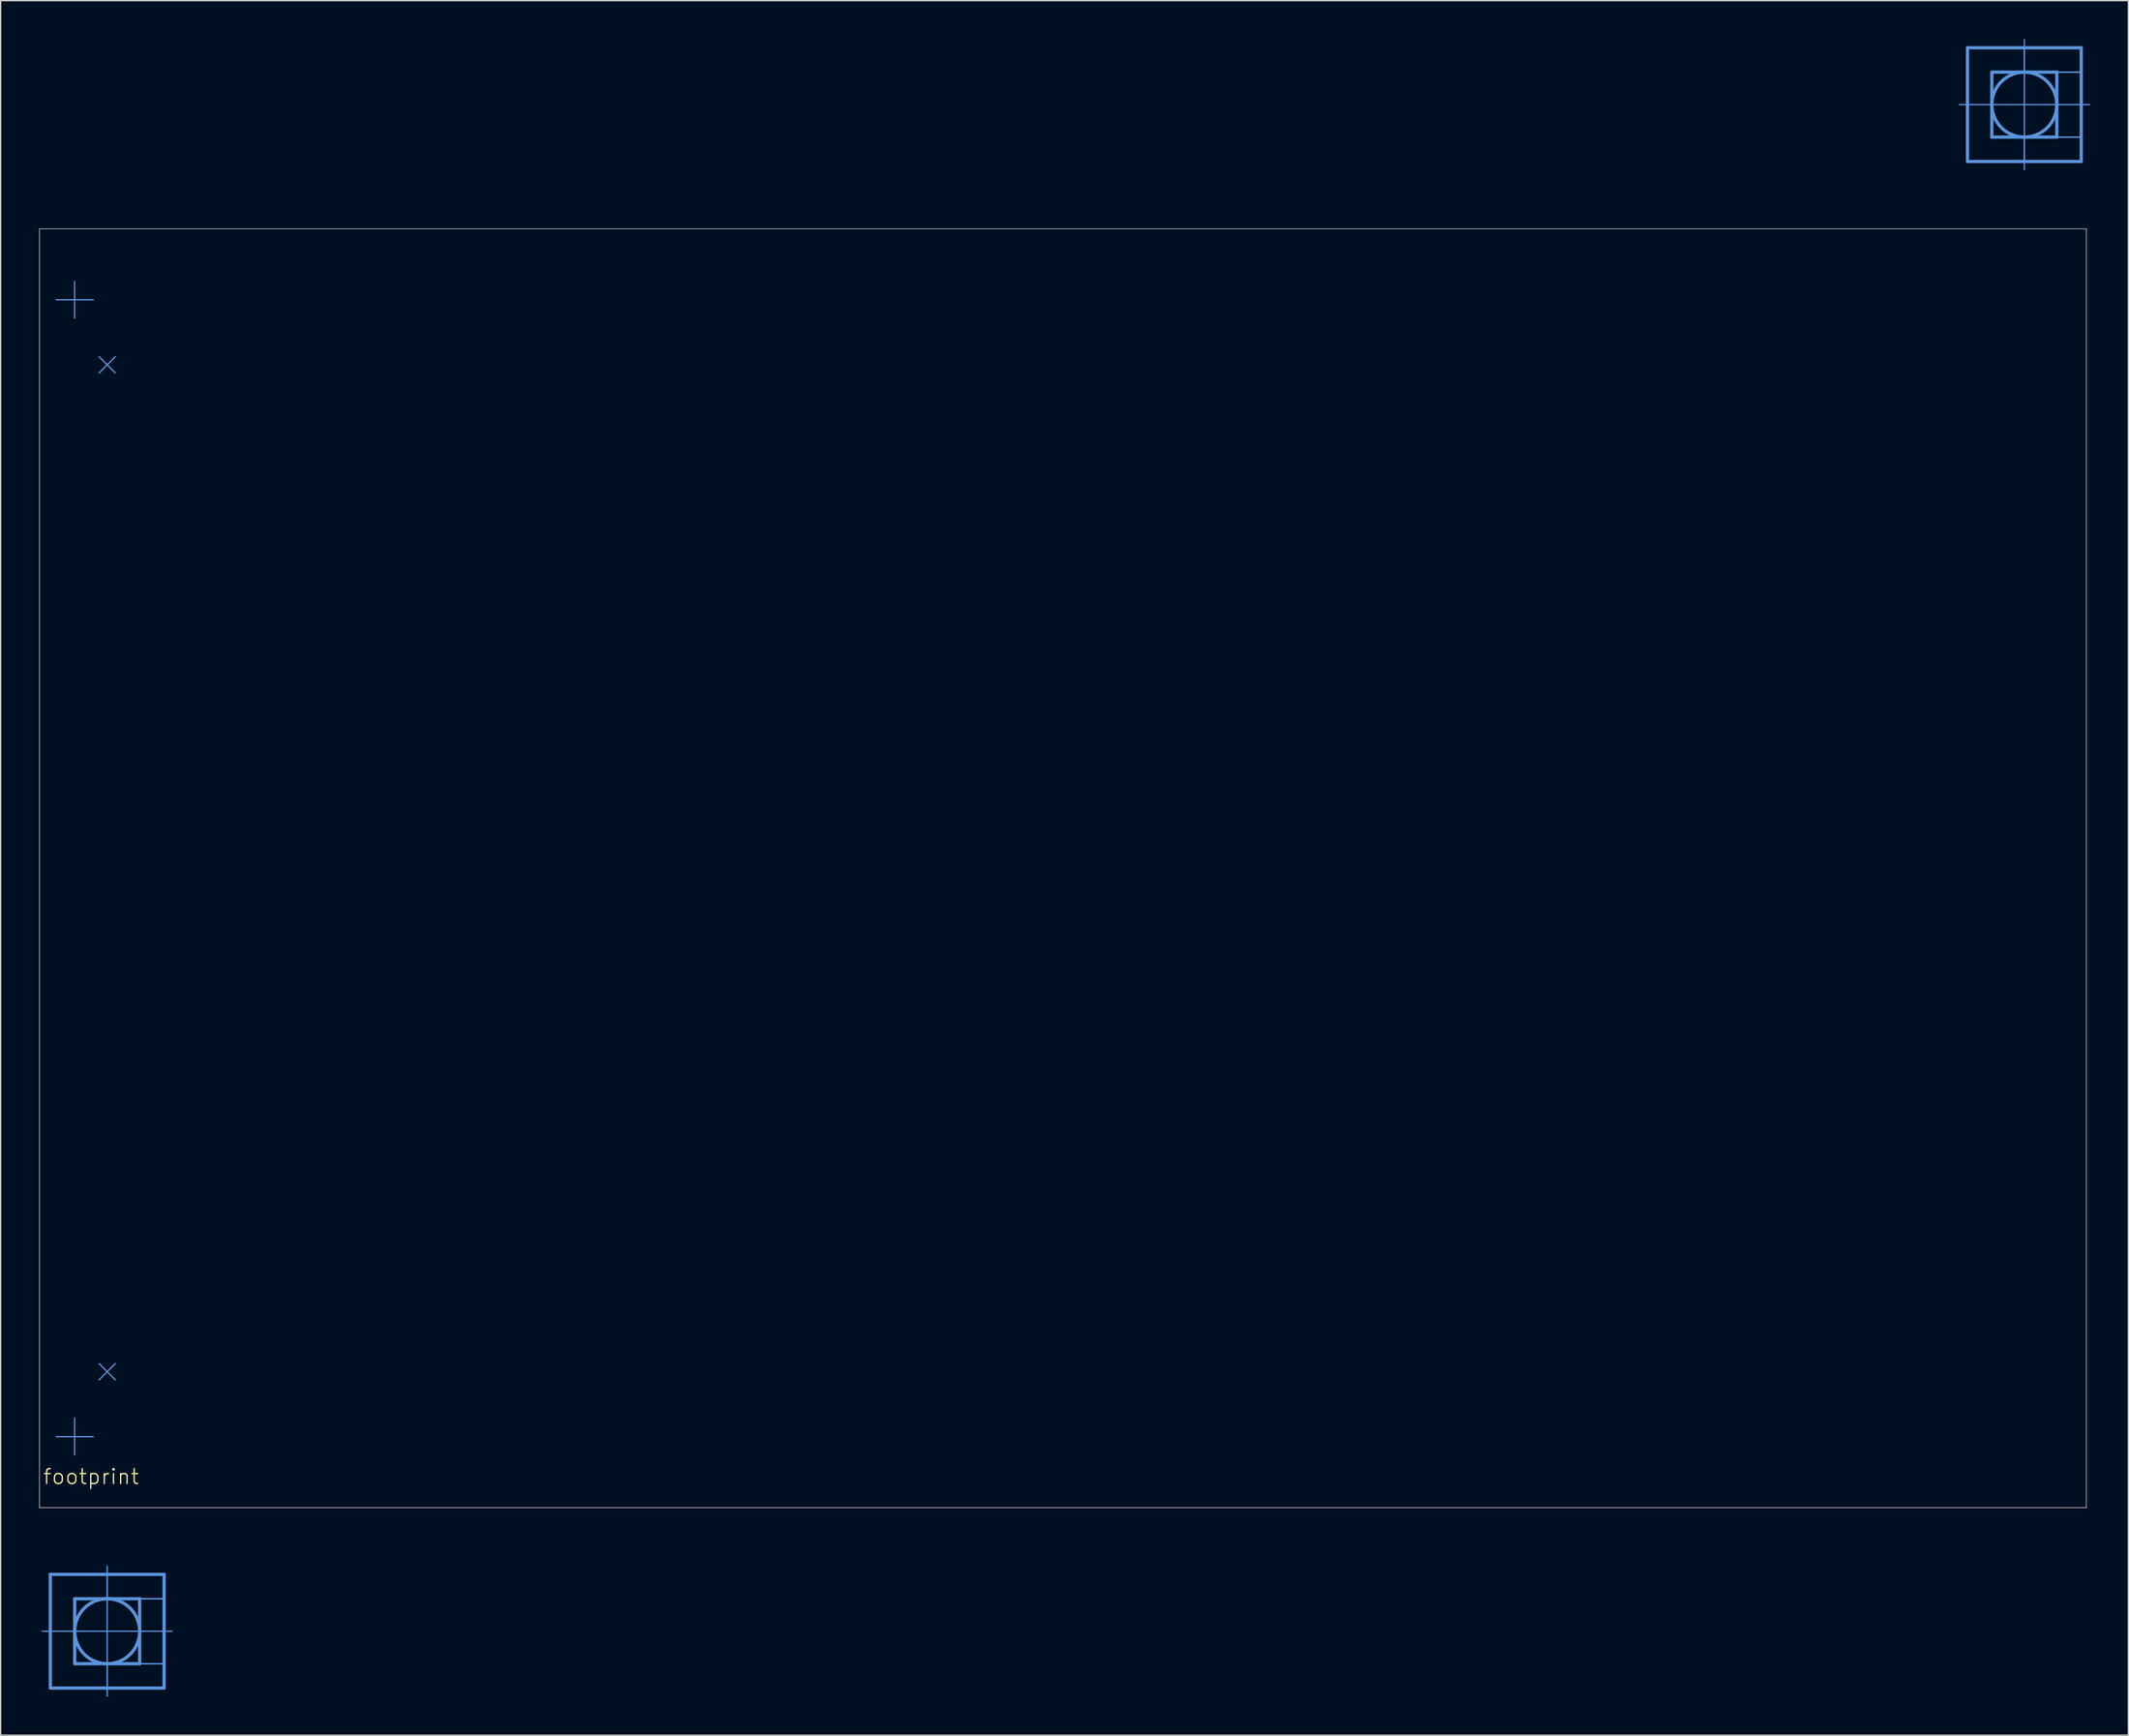
<source format=kicad_pcb>
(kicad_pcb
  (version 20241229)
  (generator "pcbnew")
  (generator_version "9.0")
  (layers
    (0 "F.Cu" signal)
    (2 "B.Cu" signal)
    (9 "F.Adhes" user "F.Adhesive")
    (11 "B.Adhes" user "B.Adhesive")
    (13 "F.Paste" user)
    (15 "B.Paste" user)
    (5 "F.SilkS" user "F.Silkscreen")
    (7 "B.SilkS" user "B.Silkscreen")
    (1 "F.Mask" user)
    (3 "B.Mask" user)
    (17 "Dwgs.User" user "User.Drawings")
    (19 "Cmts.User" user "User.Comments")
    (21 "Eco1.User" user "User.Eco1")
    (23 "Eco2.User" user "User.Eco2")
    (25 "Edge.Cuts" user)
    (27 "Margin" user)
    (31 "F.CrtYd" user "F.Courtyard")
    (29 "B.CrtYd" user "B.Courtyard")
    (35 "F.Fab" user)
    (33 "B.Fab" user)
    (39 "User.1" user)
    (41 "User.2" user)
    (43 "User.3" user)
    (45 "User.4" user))
  (footprint "footprint"
    (layer "F.Cu")
    (at 0.25 115.646)
    (property "Reference" "footprint" (at 0 -2.54 0) (layer "F.SilkS") (effects (font (size 1.168 1.168) (thickness 0.102)) (justify left bottom)))
    (fp_line (start 0 8.865) (end 0.635 8.865) (stroke (width 0.102) (type solid)) (layer "Cmts.User"))
    (fp_line (start 0.635 4.42) (end 9.525 4.42) (stroke (width 0.254) (type solid)) (layer "Cmts.User"))
    (fp_line (start 0.635 8.865) (end 0.635 4.42) (stroke (width 0.254) (type solid)) (layer "Cmts.User"))
    (fp_line (start 0.635 8.865) (end 10.16 8.865) (stroke (width 0.102) (type solid)) (layer "Cmts.User"))
    (fp_line (start 0.635 13.31) (end 0.635 8.865) (stroke (width 0.254) (type solid)) (layer "Cmts.User"))
    (fp_line (start 2.534 -95.25) (end 1.087 -95.25) (stroke (width 0.1) (type solid)) (layer "Cmts.User"))
    (fp_line (start 2.534 -95.25) (end 2.534 -96.697) (stroke (width 0.1) (type solid)) (layer "Cmts.User"))
    (fp_line (start 2.534 -95.25) (end 2.534 -93.814) (stroke (width 0.1) (type solid)) (layer "Cmts.User"))
    (fp_line (start 2.534 -95.25) (end 3.998 -95.25) (stroke (width 0.1) (type solid)) (layer "Cmts.User"))
    (fp_line (start 2.534 -6.35) (end 1.087 -6.35) (stroke (width 0.1) (type solid)) (layer "Cmts.User"))
    (fp_line (start 2.534 -6.35) (end 2.534 -7.814) (stroke (width 0.1) (type solid)) (layer "Cmts.User"))
    (fp_line (start 2.534 -6.35) (end 2.534 -4.914) (stroke (width 0.1) (type solid)) (layer "Cmts.User"))
    (fp_line (start 2.534 -6.35) (end 3.992 -6.35) (stroke (width 0.1) (type solid)) (layer "Cmts.User"))
    (fp_line (start 2.54 6.325) (end 2.54 11.405) (stroke (width 0.254) (type solid)) (layer "Cmts.User"))
    (fp_line (start 2.54 11.405) (end 7.62 11.405) (stroke (width 0.254) (type solid)) (layer "Cmts.User"))
    (fp_line (start 4.445 -90.805) (end 5.715 -89.535) (stroke (width 0.1) (type solid)) (layer "Cmts.User"))
    (fp_line (start 4.445 -89.535) (end 5.715 -90.805) (stroke (width 0.1) (type solid)) (layer "Cmts.User"))
    (fp_line (start 4.445 -12.065) (end 5.715 -10.795) (stroke (width 0.1) (type solid)) (layer "Cmts.User"))
    (fp_line (start 4.445 -10.795) (end 5.715 -12.065) (stroke (width 0.1) (type solid)) (layer "Cmts.User"))
    (fp_line (start 5.08 13.945) (end 5.08 3.785) (stroke (width 0.102) (type solid)) (layer "Cmts.User"))
    (fp_line (start 7.62 6.325) (end 2.54 6.325) (stroke (width 0.254) (type solid)) (layer "Cmts.User"))
    (fp_line (start 7.62 11.405) (end 7.62 6.325) (stroke (width 0.254) (type solid)) (layer "Cmts.User"))
    (fp_line (start 9.525 4.42) (end 9.525 13.31) (stroke (width 0.254) (type solid)) (layer "Cmts.User"))
    (fp_line (start 9.525 13.31) (end 0.635 13.31) (stroke (width 0.254) (type solid)) (layer "Cmts.User"))
    (fp_line (start 149.86 -110.515) (end 150.495 -110.515) (stroke (width 0.102) (type solid)) (layer "Cmts.User"))
    (fp_line (start 150.495 -114.96) (end 159.385 -114.96) (stroke (width 0.254) (type solid)) (layer "Cmts.User"))
    (fp_line (start 150.495 -110.515) (end 150.495 -114.96) (stroke (width 0.254) (type solid)) (layer "Cmts.User"))
    (fp_line (start 150.495 -110.515) (end 160.02 -110.515) (stroke (width 0.102) (type solid)) (layer "Cmts.User"))
    (fp_line (start 150.495 -106.07) (end 150.495 -110.515) (stroke (width 0.254) (type solid)) (layer "Cmts.User"))
    (fp_line (start 152.4 -113.055) (end 152.4 -107.975) (stroke (width 0.254) (type solid)) (layer "Cmts.User"))
    (fp_line (start 152.4 -107.975) (end 157.48 -107.975) (stroke (width 0.254) (type solid)) (layer "Cmts.User"))
    (fp_line (start 154.94 -105.435) (end 154.94 -115.595) (stroke (width 0.102) (type solid)) (layer "Cmts.User"))
    (fp_line (start 157.48 -113.055) (end 152.4 -113.055) (stroke (width 0.254) (type solid)) (layer "Cmts.User"))
    (fp_line (start 157.48 -107.975) (end 157.48 -113.055) (stroke (width 0.254) (type solid)) (layer "Cmts.User"))
    (fp_line (start 159.385 -114.96) (end 159.385 -106.07) (stroke (width 0.254) (type solid)) (layer "Cmts.User"))
    (fp_line (start 159.385 -106.07) (end 150.495 -106.07) (stroke (width 0.254) (type solid)) (layer "Cmts.User"))
    (fp_circle (center 2.534 -95.25) (end 3.931 -95.25) (stroke (width 0.001) (type solid)) (fill no) (layer "Cmts.User"))
    (fp_circle (center 2.534 -6.35) (end 3.931 -6.35) (stroke (width 0.001) (type solid)) (fill no) (layer "Cmts.User"))
    (fp_circle (center 5.08 8.865) (end 7.62 8.865) (stroke (width 0.254) (type solid)) (fill no) (layer "Cmts.User"))
    (fp_circle (center 154.94 -110.515) (end 157.48 -110.515) (stroke (width 0.254) (type solid)) (fill no) (layer "Cmts.User"))
    (fp_poly (pts (xy 5.08 6.325) (xy 9.525 6.325) (xy 9.525 4.42) (xy 5.08 4.42)) (stroke (width 0.1) (type solid)) (fill no) (layer "Cmts.User"))
    (fp_poly (pts (xy 5.08 13.31) (xy 9.525 13.31) (xy 9.525 11.405) (xy 5.08 11.405)) (stroke (width 0.1) (type solid)) (fill no) (layer "Cmts.User"))
    (fp_poly (pts (xy 7.62 11.405) (xy 9.525 11.405) (xy 9.525 6.325) (xy 7.62 6.325)) (stroke (width 0.1) (type solid)) (fill no) (layer "Cmts.User"))
    (fp_poly (pts (xy 154.94 -113.055) (xy 159.385 -113.055) (xy 159.385 -114.96) (xy 154.94 -114.96)) (stroke (width 0.1) (type solid)) (fill no) (layer "Cmts.User"))
    (fp_poly (pts (xy 154.94 -106.07) (xy 159.385 -106.07) (xy 159.385 -107.975) (xy 154.94 -107.975)) (stroke (width 0.1) (type solid)) (fill no) (layer "Cmts.User"))
    (fp_poly (pts (xy 157.48 -107.975) (xy 159.385 -107.975) (xy 159.385 -113.055) (xy 157.48 -113.055)) (stroke (width 0.1) (type solid)) (fill no) (layer "Cmts.User"))
    (fp_line (start -0.215 -100.8) (end -0.215 -0.8) (stroke (width 0.05) (type solid)) (layer "Edge.Cuts"))
    (fp_line (start -0.215 -0.8) (end 159.785 -0.8) (stroke (width 0.05) (type solid)) (layer "Edge.Cuts"))
    (fp_line (start 159.785 -100.8) (end -0.215 -100.8) (stroke (width 0.05) (type solid)) (layer "Edge.Cuts"))
    (fp_line (start 159.785 -100.8) (end 159.785 -0.8) (stroke (width 0.05) (type solid)) (layer "Edge.Cuts")))
  (gr_rect
    (start -3 -3)
    (end 163.321 132.642)
    (stroke (width 0.1) (type default))
    (fill no)
    (layer "Edge.Cuts")))
</source>
